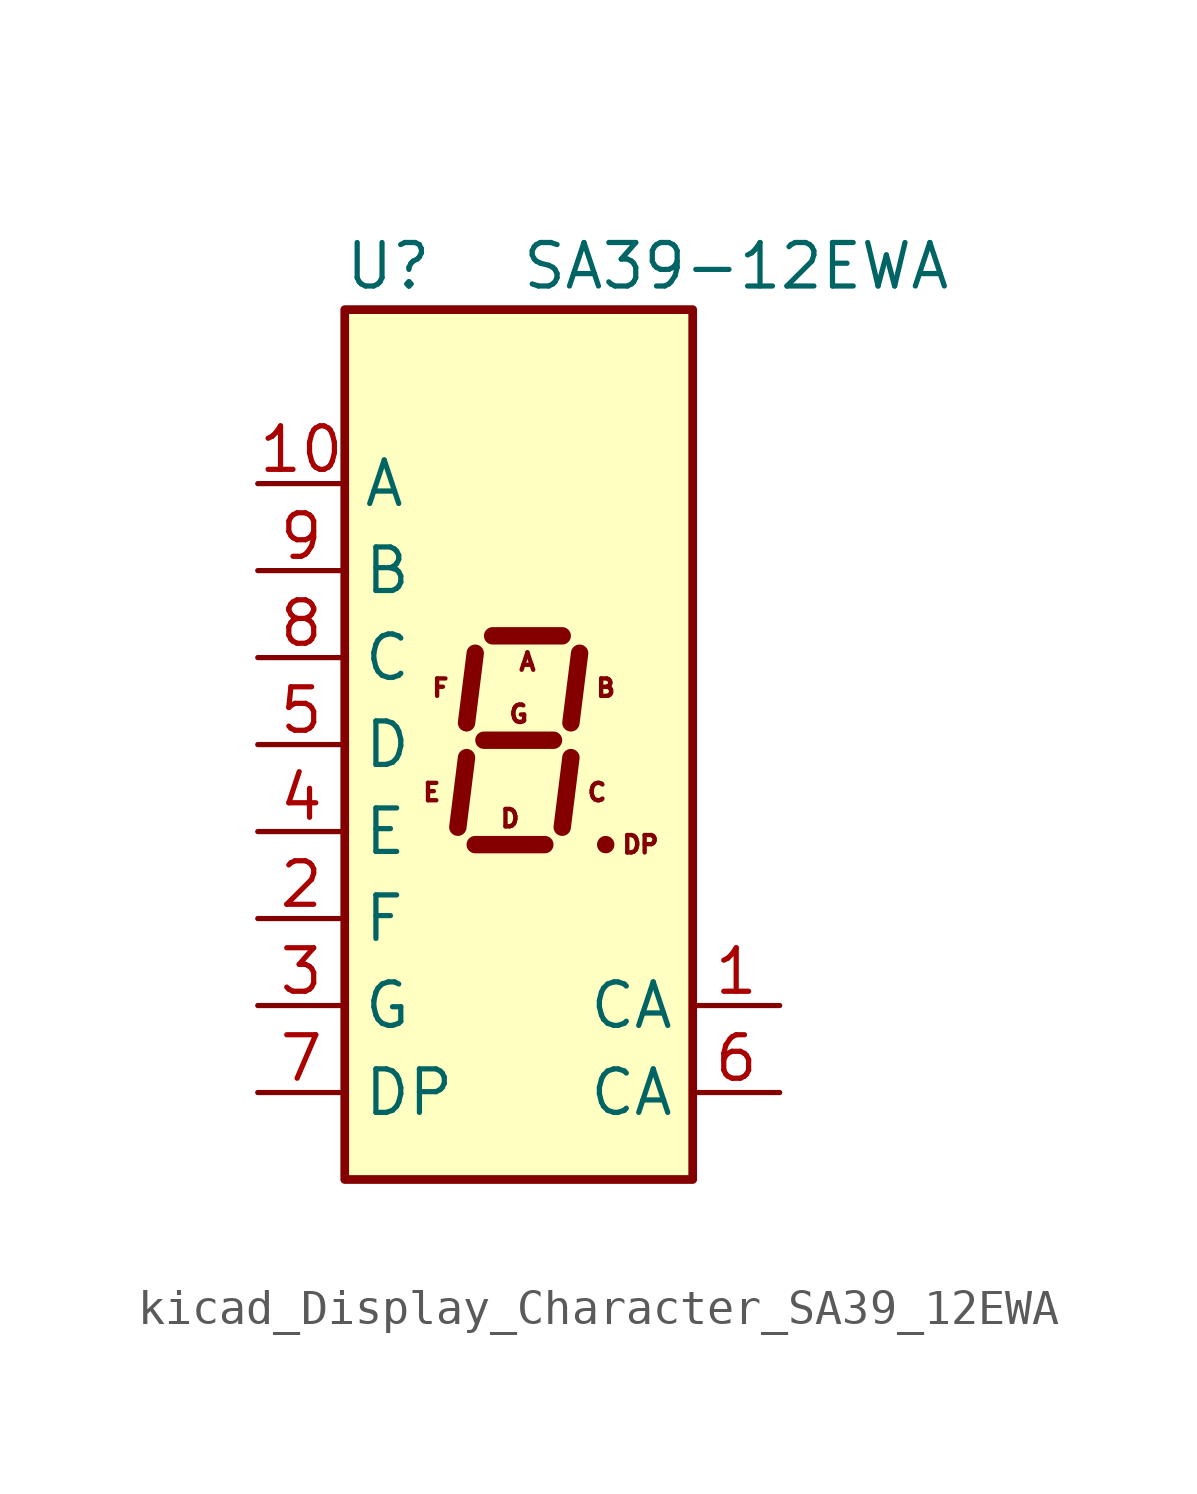
<source format=kicad_sym>
(kicad_symbol_lib
  (version 20220914)
  (generator kicad_symbol_editor)
  (symbol "kicad_Display_Character_SA39_12EWA"
    (property "Reference" "U"
      (at -3.81 13.97 0)
      (effects (font (size 1.27 1.27))))
    (property "Value" "SA39-12EWA"
      (at 6.35 13.97 0)
      (effects (font (size 1.27 1.27))))
    (symbol "kicad_Display_Character_SA39_12EWA_1_0"
      (text "A" (at 0.254 2.413 0) (effects (font (size 0.508 0.508))))
      (text "B" (at 2.54 1.651 0) (effects (font (size 0.508 0.508))))
      (text "C" (at 2.286 -1.397 0) (effects (font (size 0.508 0.508))))
      (text "D" (at -0.254 -2.159 0) (effects (font (size 0.508 0.508))))
      (text "DP" (at 3.556 -2.921 0) (effects (font (size 0.508 0.508))))
      (text "E" (at -2.54 -1.397 0) (effects (font (size 0.508 0.508))))
      (text "F" (at -2.286 1.651 0) (effects (font (size 0.508 0.508))))
      (text "G" (at 0 0.889 0) (effects (font (size 0.508 0.508)))))
    (symbol "kicad_Display_Character_SA39_12EWA_1_1"
      (rectangle (start -5.08 12.7) (end 5.08 -12.7) (stroke (width 0.254) (type default)) (fill (type background)))
      (polyline (pts (xy -1.524 -0.381) (xy -1.778 -2.413)) (stroke (width 0.508) (type default)) (fill (type none)))
      (polyline (pts (xy -1.27 -2.921) (xy 0.762 -2.921)) (stroke (width 0.508) (type default)) (fill (type none)))
      (polyline (pts (xy -1.27 2.667) (xy -1.524 0.635)) (stroke (width 0.508) (type default)) (fill (type none)))
      (polyline (pts (xy -1.016 0.127) (xy 1.016 0.127)) (stroke (width 0.508) (type default)) (fill (type none)))
      (polyline (pts (xy -0.762 3.175) (xy 1.27 3.175)) (stroke (width 0.508) (type default)) (fill (type none)))
      (polyline (pts (xy 1.524 -0.381) (xy 1.27 -2.413)) (stroke (width 0.508) (type default)) (fill (type none)))
      (polyline (pts (xy 1.778 2.667) (xy 1.524 0.635)) (stroke (width 0.508) (type default)) (fill (type none)))
      (polyline (pts (xy 2.54 -2.921) (xy 2.54 -2.921)) (stroke (width 0.508) (type default)) (fill (type none)))
      (pin input line (at 7.62 -7.62 180) (length 2.54) (name "CA" (effects (font (size 1.27 1.27)))) (number "1" (effects (font (size 1.27 1.27)))))
      (pin input line (at -7.62 7.62 0) (length 2.54) (name "A" (effects (font (size 1.27 1.27)))) (number "10" (effects (font (size 1.27 1.27)))))
      (pin input line (at -7.62 -5.08 0) (length 2.54) (name "F" (effects (font (size 1.27 1.27)))) (number "2" (effects (font (size 1.27 1.27)))))
      (pin input line (at -7.62 -7.62 0) (length 2.54) (name "G" (effects (font (size 1.27 1.27)))) (number "3" (effects (font (size 1.27 1.27)))))
      (pin input line (at -7.62 -2.54 0) (length 2.54) (name "E" (effects (font (size 1.27 1.27)))) (number "4" (effects (font (size 1.27 1.27)))))
      (pin input line (at -7.62 0 0) (length 2.54) (name "D" (effects (font (size 1.27 1.27)))) (number "5" (effects (font (size 1.27 1.27)))))
      (pin input line (at 7.62 -10.16 180) (length 2.54) (name "CA" (effects (font (size 1.27 1.27)))) (number "6" (effects (font (size 1.27 1.27)))))
      (pin input line (at -7.62 -10.16 0) (length 2.54) (name "DP" (effects (font (size 1.27 1.27)))) (number "7" (effects (font (size 1.27 1.27)))))
      (pin input line (at -7.62 2.54 0) (length 2.54) (name "C" (effects (font (size 1.27 1.27)))) (number "8" (effects (font (size 1.27 1.27)))))
      (pin input line (at -7.62 5.08 0) (length 2.54) (name "B" (effects (font (size 1.27 1.27)))) (number "9" (effects (font (size 1.27 1.27))))))))
</source>
